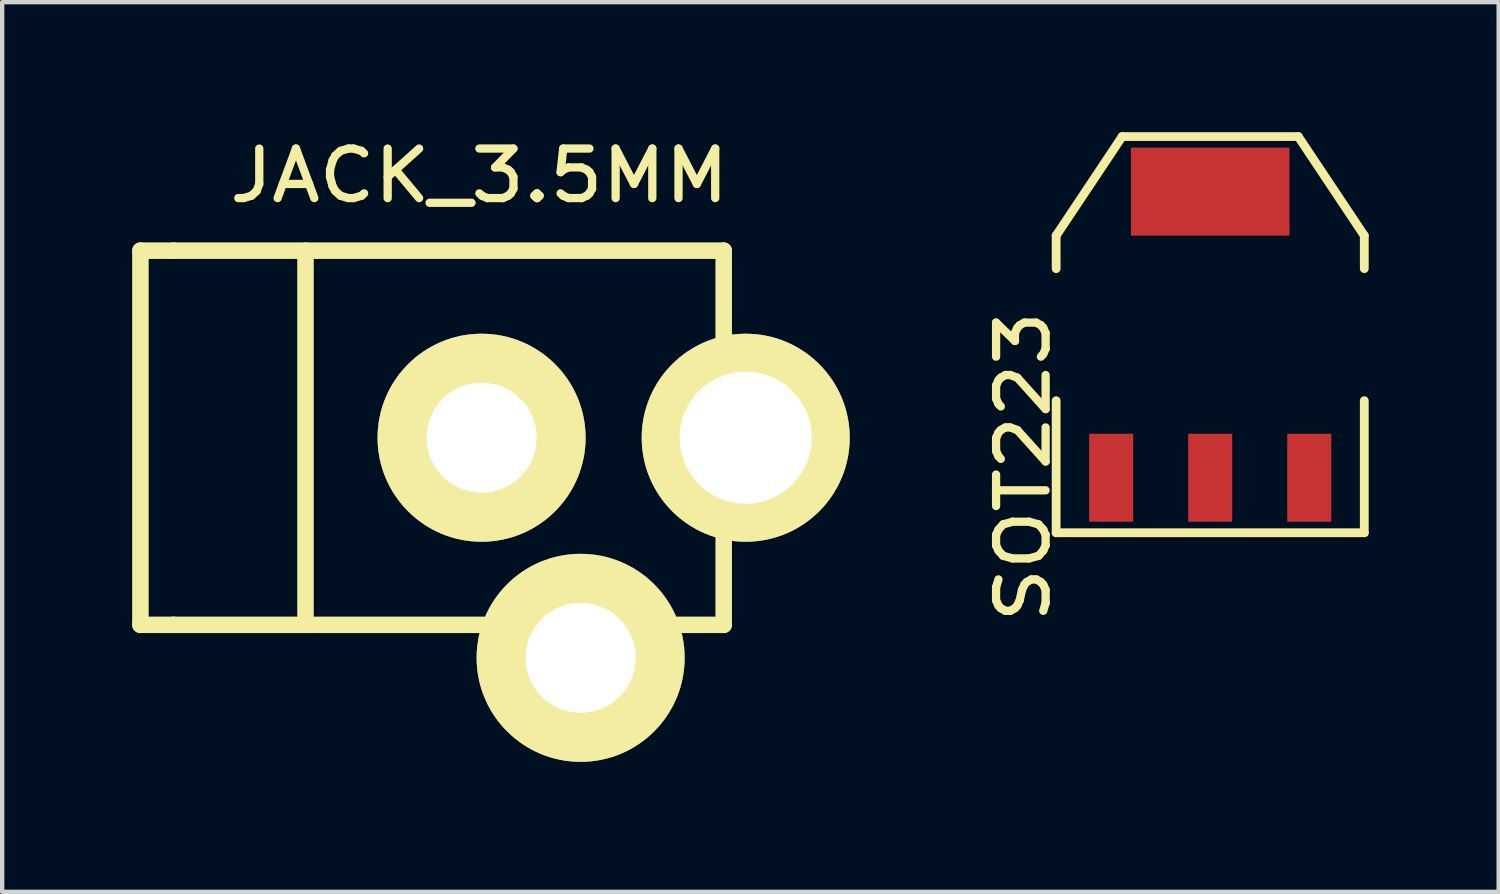
<source format=kicad_pcb>
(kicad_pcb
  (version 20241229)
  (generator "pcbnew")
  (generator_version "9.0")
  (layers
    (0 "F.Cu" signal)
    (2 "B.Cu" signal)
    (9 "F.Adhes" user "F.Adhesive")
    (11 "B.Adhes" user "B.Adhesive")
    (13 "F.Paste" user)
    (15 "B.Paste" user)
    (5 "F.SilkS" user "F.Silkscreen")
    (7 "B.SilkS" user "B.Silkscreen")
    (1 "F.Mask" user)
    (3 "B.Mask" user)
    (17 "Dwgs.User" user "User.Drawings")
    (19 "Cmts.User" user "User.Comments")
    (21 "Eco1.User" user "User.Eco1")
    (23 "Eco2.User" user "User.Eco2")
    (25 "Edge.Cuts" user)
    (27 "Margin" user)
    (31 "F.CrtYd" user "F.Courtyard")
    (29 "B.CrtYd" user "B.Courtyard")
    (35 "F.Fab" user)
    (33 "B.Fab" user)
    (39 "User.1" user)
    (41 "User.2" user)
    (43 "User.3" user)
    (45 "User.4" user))
  (footprint "SOT223"
    (layer "F.Cu")
    (at 24.882 4.674)
    (property "Reference" "SOT223" (at -4.318 3.048 90) (layer "F.SilkS") (effects (font (size 1.143 1.27) (thickness 0.191))))
    (attr smd)
    (fp_line (start -3.556 -2.286) (end -2.032 -4.572) (stroke (width 0.203) (type solid)) (layer "F.SilkS"))
    (fp_line (start -3.556 -1.524) (end -3.556 -2.286) (stroke (width 0.203) (type solid)) (layer "F.SilkS"))
    (fp_line (start -3.556 1.524) (end -3.556 4.572) (stroke (width 0.203) (type solid)) (layer "F.SilkS"))
    (fp_line (start -3.556 4.572) (end 3.556 4.572) (stroke (width 0.203) (type solid)) (layer "F.SilkS"))
    (fp_line (start -2.032 -4.572) (end 2.032 -4.572) (stroke (width 0.203) (type solid)) (layer "F.SilkS"))
    (fp_line (start 2.032 -4.572) (end 3.556 -2.286) (stroke (width 0.203) (type solid)) (layer "F.SilkS"))
    (fp_line (start 3.556 -2.286) (end 3.556 -1.524) (stroke (width 0.203) (type solid)) (layer "F.SilkS"))
    (fp_line (start 3.556 4.572) (end 3.556 1.524) (stroke (width 0.203) (type solid)) (layer "F.SilkS"))
    (pad "1" smd rect (at -2.286 3.302) (size 1.016 2.032) (layers "F.Cu" "F.Mask"))
    (pad "2" smd rect (at 0 3.302) (size 1.016 2.032) (layers "F.Cu" "F.Mask"))
    (pad "3" smd rect (at 2.286 3.302) (size 1.016 2.032) (layers "F.Cu" "F.Mask"))
    (pad "4" smd rect (at 0 -3.302) (size 3.658 2.032) (layers "F.Cu" "F.Mask")))
  (footprint "JACK_3.5MM"
    (layer "F.Cu")
    (at 8.065 7.053)
    (property "Reference" "JACK_3.5MM" (at -0.051 -6.05 0) (layer "F.SilkS") (effects (font (size 1.143 1.27) (thickness 0.191))))
    (attr through_hole)
    (fp_line (start -7.874 -4.318) (end -7.874 4.318) (stroke (width 0.381) (type solid)) (layer "F.SilkS"))
    (fp_line (start -7.874 4.318) (end -7.112 4.318) (stroke (width 0.381) (type solid)) (layer "F.SilkS"))
    (fp_line (start -7.112 -4.318) (end -7.874 -4.318) (stroke (width 0.381) (type solid)) (layer "F.SilkS"))
    (fp_line (start -7.112 -4.318) (end 5.588 -4.318) (stroke (width 0.381) (type solid)) (layer "F.SilkS"))
    (fp_line (start -7.112 4.318) (end 5.588 4.318) (stroke (width 0.381) (type solid)) (layer "F.SilkS"))
    (fp_line (start -4.064 -4.318) (end -4.064 4.318) (stroke (width 0.381) (type solid)) (layer "F.SilkS"))
    (fp_line (start 5.588 -4.318) (end 5.588 4.318) (stroke (width 0.381) (type solid)) (layer "F.SilkS"))
    (pad "1" thru_hole circle (at 6.096 0) (size 4.801 4.801) (drill 3.048) (layers "*.Cu" "*.Mask" "F.SilkS"))
    (pad "2" thru_hole circle (at 0 0) (size 4.801 4.801) (drill 2.54) (layers "*.Cu" "*.Mask" "F.SilkS"))
    (pad "3" thru_hole circle (at 2.286 5.08) (size 4.801 4.801) (drill 2.54) (layers "*.Cu" "*.Mask" "F.SilkS")))
  (gr_rect
    (start -3 -3)
    (end 31.539 17.534)
    (stroke (width 0.1) (type default))
    (fill no)
    (layer "Edge.Cuts")))
</source>
